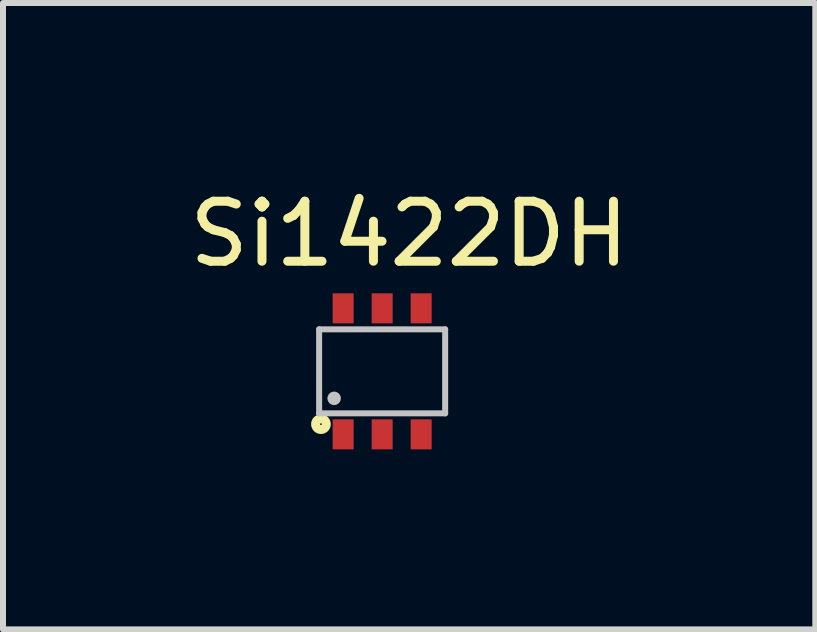
<source format=kicad_pcb>
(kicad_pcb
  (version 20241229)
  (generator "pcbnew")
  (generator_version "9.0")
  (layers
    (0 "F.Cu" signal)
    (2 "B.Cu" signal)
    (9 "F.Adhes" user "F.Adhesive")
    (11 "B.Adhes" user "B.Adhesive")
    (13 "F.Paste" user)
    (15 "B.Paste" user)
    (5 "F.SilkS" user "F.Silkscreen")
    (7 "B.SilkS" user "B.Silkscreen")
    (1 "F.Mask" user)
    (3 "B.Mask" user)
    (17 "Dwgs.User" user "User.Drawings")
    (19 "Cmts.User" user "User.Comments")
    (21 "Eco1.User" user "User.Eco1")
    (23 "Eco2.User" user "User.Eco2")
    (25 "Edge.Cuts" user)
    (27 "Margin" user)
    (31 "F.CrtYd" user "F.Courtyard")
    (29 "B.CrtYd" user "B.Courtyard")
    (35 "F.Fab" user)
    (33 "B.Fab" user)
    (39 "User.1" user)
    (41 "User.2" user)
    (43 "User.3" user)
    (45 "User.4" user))
  (footprint "Si1422DH"
    (layer "F.Cu")
    (at 3.318 3.138)
    (property "Reference" "Si1422DH" (at 0.45 -2.29 180) (layer "F.SilkS") (effects (font (size 1 1) (thickness 0.15))))
    (attr smd)
    (fp_circle (center -1.02 0.88) (end -1.03 0.89) (stroke (width 0.15) (type solid)) (fill no) (layer "F.SilkS"))
    (fp_line (start -1.05 -0.7) (end 1.05 -0.7) (stroke (width 0.1) (type solid)) (layer "Dwgs.User"))
    (fp_line (start -1.05 0.7) (end -1.05 -0.7) (stroke (width 0.1) (type solid)) (layer "Dwgs.User"))
    (fp_line (start 1.05 -0.7) (end 1.05 0.7) (stroke (width 0.1) (type solid)) (layer "Dwgs.User"))
    (fp_line (start 1.05 0.7) (end -1.05 0.7) (stroke (width 0.1) (type solid)) (layer "Dwgs.User"))
    (fp_circle (center -0.8 0.45) (end -0.688 0.45) (stroke (width 0) (type solid)) (fill yes) (layer "Dwgs.User"))
    (pad "1" smd rect (at -0.65 1.05) (size 0.35 0.5) (layers "F.Cu" "F.Mask" "F.Paste"))
    (pad "2" smd rect (at 0 1.05) (size 0.35 0.5) (layers "F.Cu" "F.Mask" "F.Paste"))
    (pad "3" smd rect (at 0.65 1.05) (size 0.35 0.5) (layers "F.Cu" "F.Mask" "F.Paste"))
    (pad "4" smd rect (at 0.65 -1.05) (size 0.35 0.5) (layers "F.Cu" "F.Mask" "F.Paste"))
    (pad "5" smd rect (at 0 -1.05) (size 0.35 0.5) (layers "F.Cu" "F.Mask" "F.Paste"))
    (pad "6" smd rect (at -0.65 -1.05) (size 0.35 0.5) (layers "F.Cu" "F.Mask" "F.Paste")))
  (gr_rect
    (start -3 -3)
    (end 10.536 7.438)
    (stroke (width 0.1) (type default))
    (fill no)
    (layer "Edge.Cuts")))
</source>
